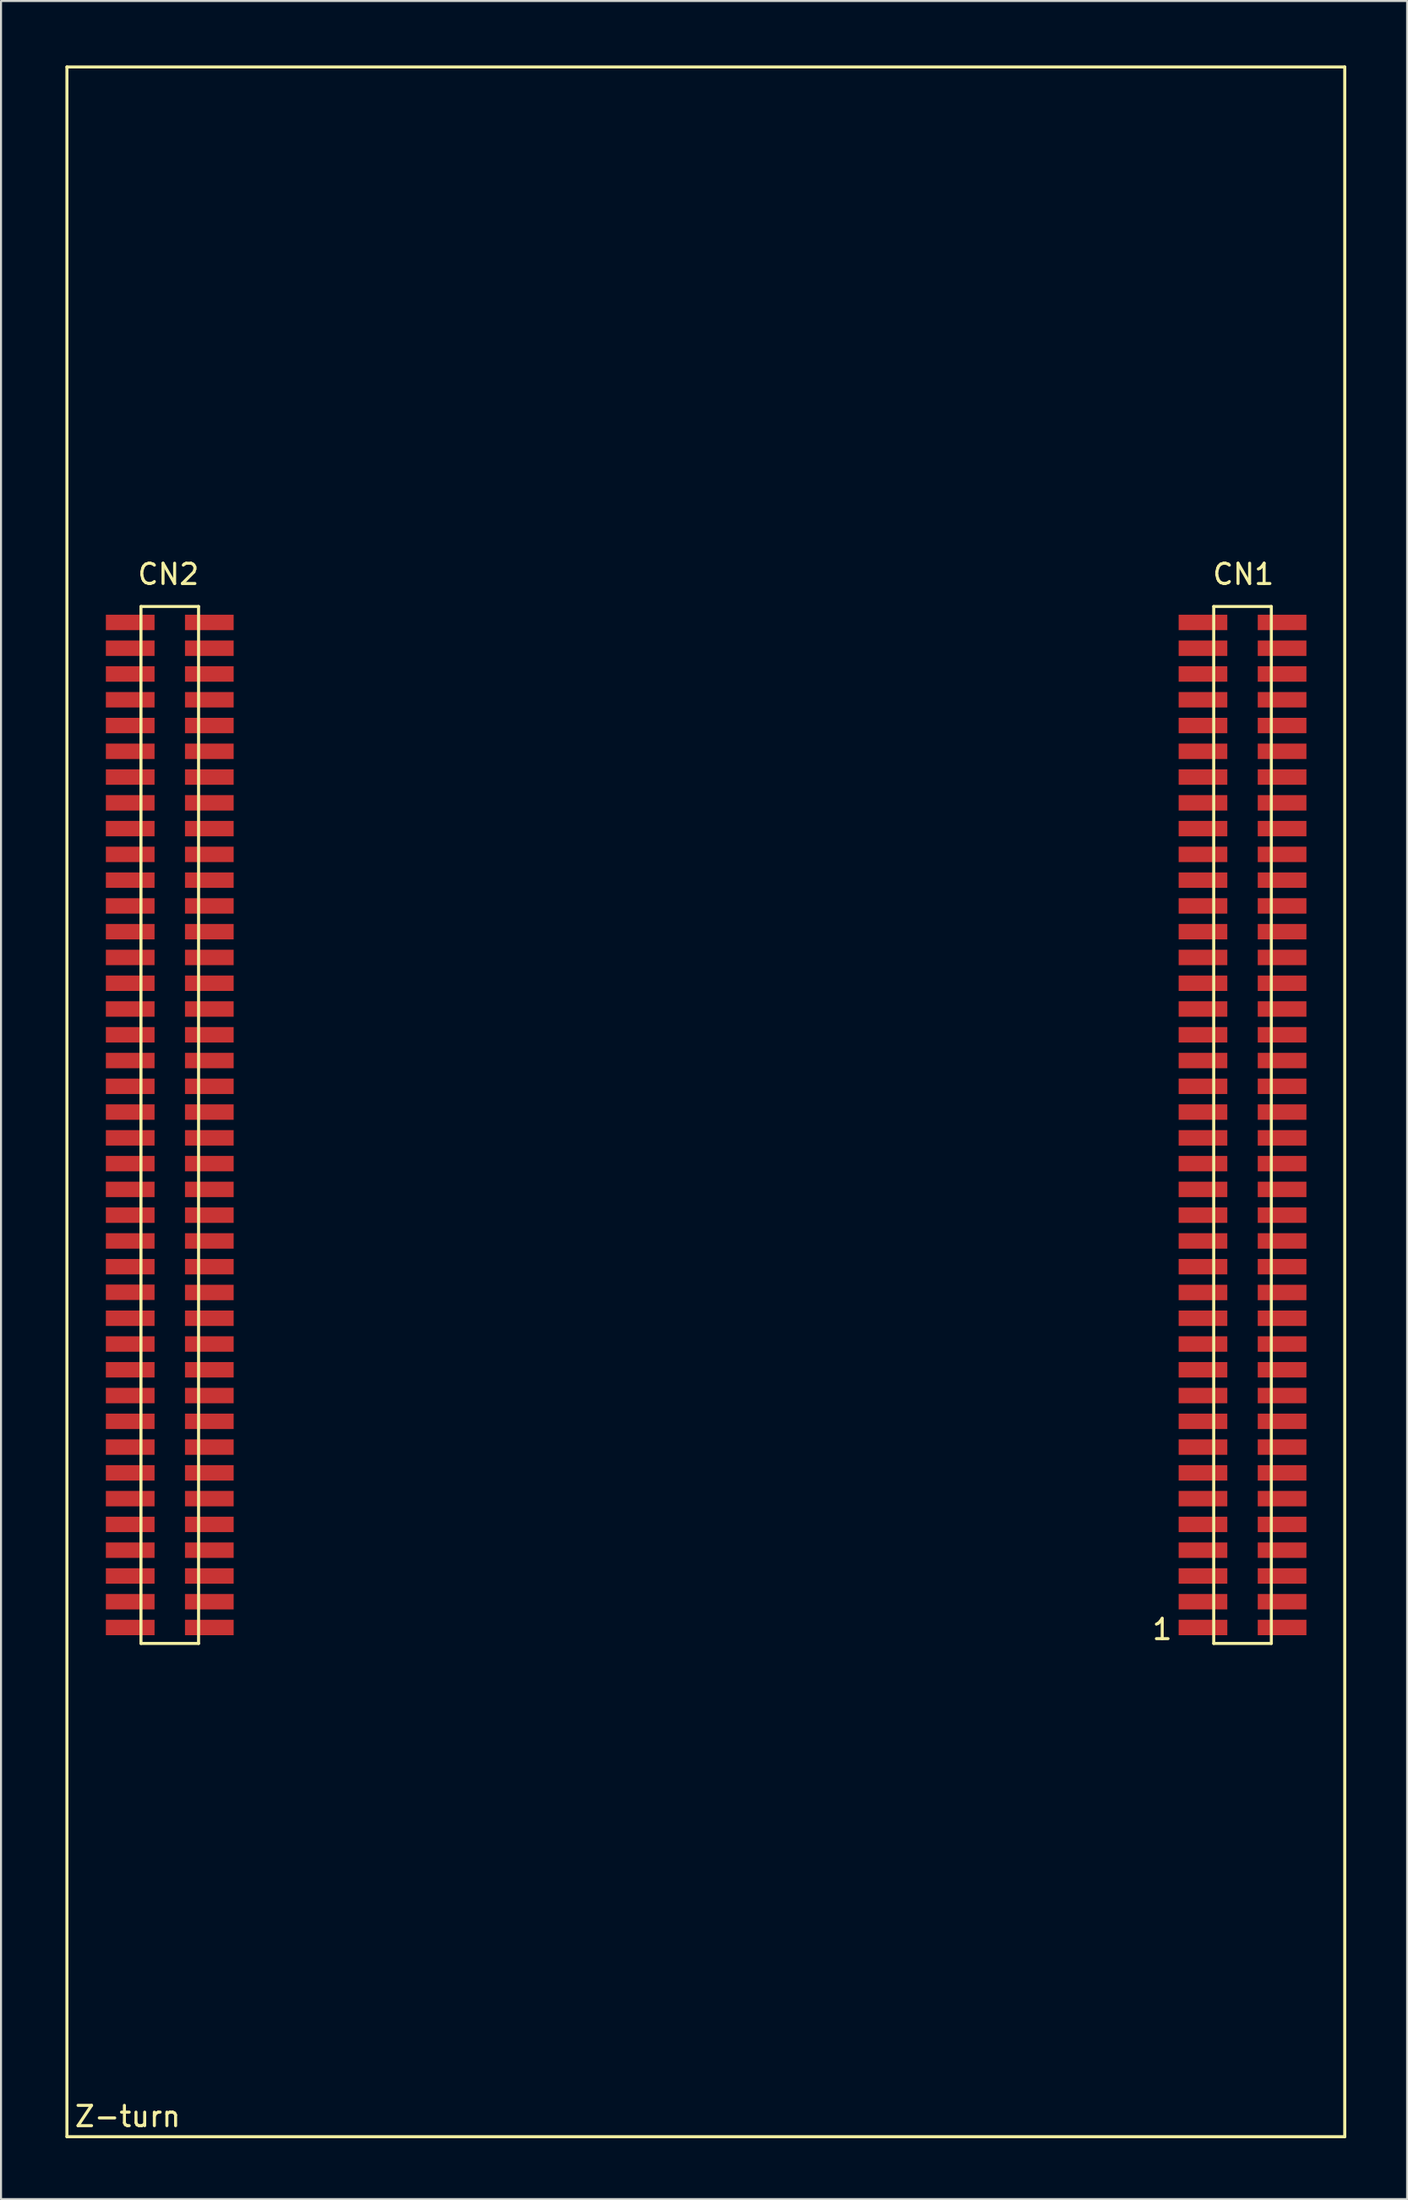
<source format=kicad_pcb>
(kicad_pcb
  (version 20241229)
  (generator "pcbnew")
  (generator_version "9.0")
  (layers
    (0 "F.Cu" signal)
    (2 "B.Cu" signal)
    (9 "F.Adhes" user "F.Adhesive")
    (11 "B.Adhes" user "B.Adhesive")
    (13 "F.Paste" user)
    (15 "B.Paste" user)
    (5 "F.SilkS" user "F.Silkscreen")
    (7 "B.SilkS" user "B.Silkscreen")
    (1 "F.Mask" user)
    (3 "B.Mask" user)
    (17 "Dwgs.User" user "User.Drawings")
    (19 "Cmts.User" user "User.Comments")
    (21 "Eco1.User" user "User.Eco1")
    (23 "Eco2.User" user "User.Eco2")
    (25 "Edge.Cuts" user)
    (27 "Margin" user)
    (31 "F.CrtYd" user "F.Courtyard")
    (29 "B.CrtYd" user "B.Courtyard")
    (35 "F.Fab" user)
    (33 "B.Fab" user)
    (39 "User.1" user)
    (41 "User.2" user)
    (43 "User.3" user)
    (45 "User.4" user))
  (footprint "Z-turn"
    (layer "F.Cu")
    (at 0.25 0.25)
    (property "Reference" "Z-turn" (at 3 101 0) (layer "F.SilkS") (effects (font (size 1 1) (thickness 0.15))))
    (attr through_hole)
    (fp_line (start 0 0) (end 63 0) (stroke (width 0.15) (type solid)) (layer "F.SilkS"))
    (fp_line (start 0 102) (end 0 0) (stroke (width 0.15) (type solid)) (layer "F.SilkS"))
    (fp_line (start 3.65 26.59) (end 3.65 77.69) (stroke (width 0.15) (type solid)) (layer "F.SilkS"))
    (fp_line (start 3.65 26.59) (end 6.49 26.59) (stroke (width 0.15) (type solid)) (layer "F.SilkS"))
    (fp_line (start 3.65 77.69) (end 6.49 77.69) (stroke (width 0.15) (type solid)) (layer "F.SilkS"))
    (fp_line (start 6.49 26.59) (end 6.49 77.69) (stroke (width 0.15) (type solid)) (layer "F.SilkS"))
    (fp_line (start 56.54 26.59) (end 56.54 77.69) (stroke (width 0.15) (type solid)) (layer "F.SilkS"))
    (fp_line (start 56.54 26.59) (end 59.38 26.59) (stroke (width 0.15) (type solid)) (layer "F.SilkS"))
    (fp_line (start 56.54 77.69) (end 59.38 77.69) (stroke (width 0.15) (type solid)) (layer "F.SilkS"))
    (fp_line (start 59.38 26.59) (end 59.38 77.69) (stroke (width 0.15) (type solid)) (layer "F.SilkS"))
    (fp_line (start 63 0) (end 63 102) (stroke (width 0.15) (type solid)) (layer "F.SilkS"))
    (fp_line (start 63 102) (end 0 102) (stroke (width 0.15) (type solid)) (layer "F.SilkS"))
    (fp_text user "1" (at 54 77 0) (layer "F.SilkS") (effects (font (size 1 1) (thickness 0.15))))
    (fp_text user "CN2" (at 5 25 0) (layer "F.SilkS") (effects (font (size 1 1) (thickness 0.15))))
    (fp_text user "CN1" (at 58 25 0) (layer "F.SilkS") (effects (font (size 1 1) (thickness 0.15))))
    (pad "1" smd rect (at 56.01 76.905) (size 2.4 0.76) (layers "F.Cu" "F.Mask" "F.Paste"))
    (pad "2" smd rect (at 59.91 76.905) (size 2.4 0.76) (layers "F.Cu" "F.Mask" "F.Paste"))
    (pad "3" smd rect (at 56.01 75.635) (size 2.4 0.76) (layers "F.Cu" "F.Mask" "F.Paste"))
    (pad "4" smd rect (at 59.91 75.635) (size 2.4 0.76) (layers "F.Cu" "F.Mask" "F.Paste"))
    (pad "5" smd rect (at 56.01 74.365) (size 2.4 0.76) (layers "F.Cu" "F.Mask" "F.Paste"))
    (pad "6" smd rect (at 59.91 74.365) (size 2.4 0.76) (layers "F.Cu" "F.Mask" "F.Paste"))
    (pad "7" smd rect (at 56.01 73.095) (size 2.4 0.76) (layers "F.Cu" "F.Mask" "F.Paste"))
    (pad "8" smd rect (at 59.91 73.095) (size 2.4 0.76) (layers "F.Cu" "F.Mask" "F.Paste"))
    (pad "9" smd rect (at 56.01 71.825) (size 2.4 0.76) (layers "F.Cu" "F.Mask" "F.Paste"))
    (pad "10" smd rect (at 59.91 71.825) (size 2.4 0.76) (layers "F.Cu" "F.Mask" "F.Paste"))
    (pad "11" smd rect (at 56.01 70.555) (size 2.4 0.76) (layers "F.Cu" "F.Mask" "F.Paste"))
    (pad "12" smd rect (at 59.91 70.555) (size 2.4 0.76) (layers "F.Cu" "F.Mask" "F.Paste"))
    (pad "13" smd rect (at 56.01 69.285) (size 2.4 0.76) (layers "F.Cu" "F.Mask" "F.Paste"))
    (pad "14" smd rect (at 59.91 69.285) (size 2.4 0.76) (layers "F.Cu" "F.Mask" "F.Paste"))
    (pad "15" smd rect (at 56.01 68.015) (size 2.4 0.76) (layers "F.Cu" "F.Mask" "F.Paste"))
    (pad "16" smd rect (at 59.91 68.015) (size 2.4 0.76) (layers "F.Cu" "F.Mask" "F.Paste"))
    (pad "17" smd rect (at 56.01 66.745) (size 2.4 0.76) (layers "F.Cu" "F.Mask" "F.Paste"))
    (pad "18" smd rect (at 59.91 66.745) (size 2.4 0.76) (layers "F.Cu" "F.Mask" "F.Paste"))
    (pad "19" smd rect (at 56.01 65.475) (size 2.4 0.76) (layers "F.Cu" "F.Mask" "F.Paste"))
    (pad "20" smd rect (at 59.91 65.475) (size 2.4 0.76) (layers "F.Cu" "F.Mask" "F.Paste"))
    (pad "21" smd rect (at 56.01 64.205) (size 2.4 0.76) (layers "F.Cu" "F.Mask" "F.Paste"))
    (pad "22" smd rect (at 59.91 64.205) (size 2.4 0.76) (layers "F.Cu" "F.Mask" "F.Paste"))
    (pad "23" smd rect (at 56.01 62.935) (size 2.4 0.76) (layers "F.Cu" "F.Mask" "F.Paste"))
    (pad "24" smd rect (at 59.91 62.935) (size 2.4 0.76) (layers "F.Cu" "F.Mask" "F.Paste"))
    (pad "25" smd rect (at 56.01 61.665) (size 2.4 0.76) (layers "F.Cu" "F.Mask" "F.Paste"))
    (pad "26" smd rect (at 59.91 61.665) (size 2.4 0.76) (layers "F.Cu" "F.Mask" "F.Paste"))
    (pad "27" smd rect (at 56.01 60.395) (size 2.4 0.76) (layers "F.Cu" "F.Mask" "F.Paste"))
    (pad "28" smd rect (at 59.91 60.395) (size 2.4 0.76) (layers "F.Cu" "F.Mask" "F.Paste"))
    (pad "29" smd rect (at 56.01 59.125) (size 2.4 0.76) (layers "F.Cu" "F.Mask" "F.Paste"))
    (pad "30" smd rect (at 59.91 59.125) (size 2.4 0.76) (layers "F.Cu" "F.Mask" "F.Paste"))
    (pad "31" smd rect (at 56.01 57.855) (size 2.4 0.76) (layers "F.Cu" "F.Mask" "F.Paste"))
    (pad "32" smd rect (at 59.91 57.855) (size 2.4 0.76) (layers "F.Cu" "F.Mask" "F.Paste"))
    (pad "33" smd rect (at 56.01 56.585) (size 2.4 0.76) (layers "F.Cu" "F.Mask" "F.Paste"))
    (pad "34" smd rect (at 59.91 56.585) (size 2.4 0.76) (layers "F.Cu" "F.Mask" "F.Paste"))
    (pad "35" smd rect (at 56.01 55.315) (size 2.4 0.76) (layers "F.Cu" "F.Mask" "F.Paste"))
    (pad "36" smd rect (at 59.91 55.315) (size 2.4 0.76) (layers "F.Cu" "F.Mask" "F.Paste"))
    (pad "37" smd rect (at 56.01 54.045) (size 2.4 0.76) (layers "F.Cu" "F.Mask" "F.Paste"))
    (pad "38" smd rect (at 59.91 54.045) (size 2.4 0.76) (layers "F.Cu" "F.Mask" "F.Paste"))
    (pad "39" smd rect (at 56.01 52.775) (size 2.4 0.76) (layers "F.Cu" "F.Mask" "F.Paste"))
    (pad "40" smd rect (at 59.91 52.775) (size 2.4 0.76) (layers "F.Cu" "F.Mask" "F.Paste"))
    (pad "41" smd rect (at 56.01 51.505) (size 2.4 0.76) (layers "F.Cu" "F.Mask" "F.Paste"))
    (pad "42" smd rect (at 59.91 51.505) (size 2.4 0.76) (layers "F.Cu" "F.Mask" "F.Paste"))
    (pad "43" smd rect (at 56.01 50.235) (size 2.4 0.76) (layers "F.Cu" "F.Mask" "F.Paste"))
    (pad "44" smd rect (at 59.91 50.235) (size 2.4 0.76) (layers "F.Cu" "F.Mask" "F.Paste"))
    (pad "45" smd rect (at 56.01 48.965) (size 2.4 0.76) (layers "F.Cu" "F.Mask" "F.Paste"))
    (pad "46" smd rect (at 59.91 48.965) (size 2.4 0.76) (layers "F.Cu" "F.Mask" "F.Paste"))
    (pad "47" smd rect (at 56.01 47.695) (size 2.4 0.76) (layers "F.Cu" "F.Mask" "F.Paste"))
    (pad "48" smd rect (at 59.91 47.695) (size 2.4 0.76) (layers "F.Cu" "F.Mask" "F.Paste"))
    (pad "49" smd rect (at 56.01 46.425) (size 2.4 0.76) (layers "F.Cu" "F.Mask" "F.Paste"))
    (pad "50" smd rect (at 59.91 46.425) (size 2.4 0.76) (layers "F.Cu" "F.Mask" "F.Paste"))
    (pad "51" smd rect (at 56.01 45.155) (size 2.4 0.76) (layers "F.Cu" "F.Mask" "F.Paste"))
    (pad "52" smd rect (at 59.91 45.155) (size 2.4 0.76) (layers "F.Cu" "F.Mask" "F.Paste"))
    (pad "53" smd rect (at 56.01 43.885) (size 2.4 0.76) (layers "F.Cu" "F.Mask" "F.Paste"))
    (pad "54" smd rect (at 59.91 43.885) (size 2.4 0.76) (layers "F.Cu" "F.Mask" "F.Paste"))
    (pad "55" smd rect (at 56.01 42.615) (size 2.4 0.76) (layers "F.Cu" "F.Mask" "F.Paste"))
    (pad "56" smd rect (at 59.91 42.615) (size 2.4 0.76) (layers "F.Cu" "F.Mask" "F.Paste"))
    (pad "57" smd rect (at 56.01 41.345) (size 2.4 0.76) (layers "F.Cu" "F.Mask" "F.Paste"))
    (pad "58" smd rect (at 59.91 41.345) (size 2.4 0.76) (layers "F.Cu" "F.Mask" "F.Paste"))
    (pad "59" smd rect (at 56.01 40.075) (size 2.4 0.76) (layers "F.Cu" "F.Mask" "F.Paste"))
    (pad "60" smd rect (at 59.91 40.075) (size 2.4 0.76) (layers "F.Cu" "F.Mask" "F.Paste"))
    (pad "61" smd rect (at 56.01 38.805) (size 2.4 0.76) (layers "F.Cu" "F.Mask" "F.Paste"))
    (pad "62" smd rect (at 59.91 38.805) (size 2.4 0.76) (layers "F.Cu" "F.Mask" "F.Paste"))
    (pad "63" smd rect (at 56.01 37.535) (size 2.4 0.76) (layers "F.Cu" "F.Mask" "F.Paste"))
    (pad "64" smd rect (at 59.91 37.535) (size 2.4 0.76) (layers "F.Cu" "F.Mask" "F.Paste"))
    (pad "65" smd rect (at 56.01 36.265) (size 2.4 0.76) (layers "F.Cu" "F.Mask" "F.Paste"))
    (pad "66" smd rect (at 59.91 36.265) (size 2.4 0.76) (layers "F.Cu" "F.Mask" "F.Paste"))
    (pad "67" smd rect (at 56.01 34.995) (size 2.4 0.76) (layers "F.Cu" "F.Mask" "F.Paste"))
    (pad "68" smd rect (at 59.91 34.995) (size 2.4 0.76) (layers "F.Cu" "F.Mask" "F.Paste"))
    (pad "69" smd rect (at 56.01 33.725) (size 2.4 0.76) (layers "F.Cu" "F.Mask" "F.Paste"))
    (pad "70" smd rect (at 59.91 33.725) (size 2.4 0.76) (layers "F.Cu" "F.Mask" "F.Paste"))
    (pad "71" smd rect (at 56.01 32.455) (size 2.4 0.76) (layers "F.Cu" "F.Mask" "F.Paste"))
    (pad "72" smd rect (at 59.91 32.455) (size 2.4 0.76) (layers "F.Cu" "F.Mask" "F.Paste"))
    (pad "73" smd rect (at 56.01 31.185) (size 2.4 0.76) (layers "F.Cu" "F.Mask" "F.Paste"))
    (pad "74" smd rect (at 59.91 31.185) (size 2.4 0.76) (layers "F.Cu" "F.Mask" "F.Paste"))
    (pad "75" smd rect (at 56.01 29.915) (size 2.4 0.76) (layers "F.Cu" "F.Mask" "F.Paste"))
    (pad "76" smd rect (at 59.91 29.915) (size 2.4 0.76) (layers "F.Cu" "F.Mask" "F.Paste"))
    (pad "77" smd rect (at 56.01 28.645) (size 2.4 0.76) (layers "F.Cu" "F.Mask" "F.Paste"))
    (pad "78" smd rect (at 59.91 28.645) (size 2.4 0.76) (layers "F.Cu" "F.Mask" "F.Paste"))
    (pad "79" smd rect (at 56.01 27.375) (size 2.4 0.76) (layers "F.Cu" "F.Mask" "F.Paste"))
    (pad "80" smd rect (at 59.91 27.375) (size 2.4 0.76) (layers "F.Cu" "F.Mask" "F.Paste"))
    (pad "81" smd rect (at 3.12 76.905) (size 2.4 0.76) (layers "F.Cu" "F.Mask" "F.Paste"))
    (pad "82" smd rect (at 7.02 76.905) (size 2.4 0.76) (layers "F.Cu" "F.Mask" "F.Paste"))
    (pad "83" smd rect (at 3.12 75.635) (size 2.4 0.76) (layers "F.Cu" "F.Mask" "F.Paste"))
    (pad "84" smd rect (at 7.02 75.635) (size 2.4 0.76) (layers "F.Cu" "F.Mask" "F.Paste"))
    (pad "85" smd rect (at 3.12 74.365) (size 2.4 0.76) (layers "F.Cu" "F.Mask" "F.Paste"))
    (pad "86" smd rect (at 7.02 74.365) (size 2.4 0.76) (layers "F.Cu" "F.Mask" "F.Paste"))
    (pad "87" smd rect (at 3.12 73.095) (size 2.4 0.76) (layers "F.Cu" "F.Mask" "F.Paste"))
    (pad "88" smd rect (at 7.02 73.095) (size 2.4 0.76) (layers "F.Cu" "F.Mask" "F.Paste"))
    (pad "89" smd rect (at 3.12 71.825) (size 2.4 0.76) (layers "F.Cu" "F.Mask" "F.Paste"))
    (pad "90" smd rect (at 7.02 71.825) (size 2.4 0.76) (layers "F.Cu" "F.Mask" "F.Paste"))
    (pad "91" smd rect (at 3.12 70.555) (size 2.4 0.76) (layers "F.Cu" "F.Mask" "F.Paste"))
    (pad "92" smd rect (at 7.02 70.555) (size 2.4 0.76) (layers "F.Cu" "F.Mask" "F.Paste"))
    (pad "93" smd rect (at 3.12 69.285) (size 2.4 0.76) (layers "F.Cu" "F.Mask" "F.Paste"))
    (pad "94" smd rect (at 7.02 69.285) (size 2.4 0.76) (layers "F.Cu" "F.Mask" "F.Paste"))
    (pad "95" smd rect (at 3.12 68.015) (size 2.4 0.76) (layers "F.Cu" "F.Mask" "F.Paste"))
    (pad "96" smd rect (at 7.02 68.015) (size 2.4 0.76) (layers "F.Cu" "F.Mask" "F.Paste"))
    (pad "97" smd rect (at 3.12 66.745) (size 2.4 0.76) (layers "F.Cu" "F.Mask" "F.Paste"))
    (pad "98" smd rect (at 7.02 66.745) (size 2.4 0.76) (layers "F.Cu" "F.Mask" "F.Paste"))
    (pad "99" smd rect (at 3.12 65.475) (size 2.4 0.76) (layers "F.Cu" "F.Mask" "F.Paste"))
    (pad "100" smd rect (at 7.02 65.475) (size 2.4 0.76) (layers "F.Cu" "F.Mask" "F.Paste"))
    (pad "101" smd rect (at 3.12 64.205) (size 2.4 0.76) (layers "F.Cu" "F.Mask" "F.Paste"))
    (pad "102" smd rect (at 7.02 64.205) (size 2.4 0.76) (layers "F.Cu" "F.Mask" "F.Paste"))
    (pad "103" smd rect (at 3.12 62.935) (size 2.4 0.76) (layers "F.Cu" "F.Mask" "F.Paste"))
    (pad "104" smd rect (at 7.02 62.935) (size 2.4 0.76) (layers "F.Cu" "F.Mask" "F.Paste"))
    (pad "105" smd rect (at 3.12 61.665) (size 2.4 0.76) (layers "F.Cu" "F.Mask" "F.Paste"))
    (pad "106" smd rect (at 7.02 61.665) (size 2.4 0.76) (layers "F.Cu" "F.Mask" "F.Paste"))
    (pad "107" smd rect (at 3.12 60.385) (size 2.4 0.76) (layers "F.Cu" "F.Mask" "F.Paste"))
    (pad "108" smd rect (at 7.02 60.395) (size 2.4 0.76) (layers "F.Cu" "F.Mask" "F.Paste"))
    (pad "109" smd rect (at 3.12 59.125) (size 2.4 0.76) (layers "F.Cu" "F.Mask" "F.Paste"))
    (pad "110" smd rect (at 7.02 59.125) (size 2.4 0.76) (layers "F.Cu" "F.Mask" "F.Paste"))
    (pad "111" smd rect (at 3.12 57.855) (size 2.4 0.76) (layers "F.Cu" "F.Mask" "F.Paste"))
    (pad "112" smd rect (at 7.02 57.855) (size 2.4 0.76) (layers "F.Cu" "F.Mask" "F.Paste"))
    (pad "113" smd rect (at 3.12 56.585) (size 2.4 0.76) (layers "F.Cu" "F.Mask" "F.Paste"))
    (pad "114" smd rect (at 7.02 56.585) (size 2.4 0.76) (layers "F.Cu" "F.Mask" "F.Paste"))
    (pad "115" smd rect (at 3.12 55.315) (size 2.4 0.76) (layers "F.Cu" "F.Mask" "F.Paste"))
    (pad "116" smd rect (at 7.02 55.315) (size 2.4 0.76) (layers "F.Cu" "F.Mask" "F.Paste"))
    (pad "117" smd rect (at 3.12 54.045) (size 2.4 0.76) (layers "F.Cu" "F.Mask" "F.Paste"))
    (pad "118" smd rect (at 7.02 54.045) (size 2.4 0.76) (layers "F.Cu" "F.Mask" "F.Paste"))
    (pad "119" smd rect (at 3.12 52.775) (size 2.4 0.76) (layers "F.Cu" "F.Mask" "F.Paste"))
    (pad "120" smd rect (at 7.02 52.775) (size 2.4 0.76) (layers "F.Cu" "F.Mask" "F.Paste"))
    (pad "121" smd rect (at 3.12 51.505) (size 2.4 0.76) (layers "F.Cu" "F.Mask" "F.Paste"))
    (pad "122" smd rect (at 7.02 51.505) (size 2.4 0.76) (layers "F.Cu" "F.Mask" "F.Paste"))
    (pad "123" smd rect (at 3.12 50.235) (size 2.4 0.76) (layers "F.Cu" "F.Mask" "F.Paste"))
    (pad "124" smd rect (at 7.02 50.235) (size 2.4 0.76) (layers "F.Cu" "F.Mask" "F.Paste"))
    (pad "125" smd rect (at 3.12 48.965) (size 2.4 0.76) (layers "F.Cu" "F.Mask" "F.Paste"))
    (pad "126" smd rect (at 7.02 48.965) (size 2.4 0.76) (layers "F.Cu" "F.Mask" "F.Paste"))
    (pad "127" smd rect (at 3.12 47.695) (size 2.4 0.76) (layers "F.Cu" "F.Mask" "F.Paste"))
    (pad "128" smd rect (at 7.02 47.695) (size 2.4 0.76) (layers "F.Cu" "F.Mask" "F.Paste"))
    (pad "129" smd rect (at 3.12 46.425) (size 2.4 0.76) (layers "F.Cu" "F.Mask" "F.Paste"))
    (pad "130" smd rect (at 7.02 46.425) (size 2.4 0.76) (layers "F.Cu" "F.Mask" "F.Paste"))
    (pad "131" smd rect (at 3.12 45.155) (size 2.4 0.76) (layers "F.Cu" "F.Mask" "F.Paste"))
    (pad "132" smd rect (at 7.02 45.155) (size 2.4 0.76) (layers "F.Cu" "F.Mask" "F.Paste"))
    (pad "133" smd rect (at 3.12 43.885) (size 2.4 0.76) (layers "F.Cu" "F.Mask" "F.Paste"))
    (pad "134" smd rect (at 7.02 43.885) (size 2.4 0.76) (layers "F.Cu" "F.Mask" "F.Paste"))
    (pad "135" smd rect (at 3.12 42.615) (size 2.4 0.76) (layers "F.Cu" "F.Mask" "F.Paste"))
    (pad "136" smd rect (at 7.02 42.615) (size 2.4 0.76) (layers "F.Cu" "F.Mask" "F.Paste"))
    (pad "137" smd rect (at 3.12 41.345) (size 2.4 0.76) (layers "F.Cu" "F.Mask" "F.Paste"))
    (pad "138" smd rect (at 7.02 41.345) (size 2.4 0.76) (layers "F.Cu" "F.Mask" "F.Paste"))
    (pad "139" smd rect (at 3.12 40.075) (size 2.4 0.76) (layers "F.Cu" "F.Mask" "F.Paste"))
    (pad "140" smd rect (at 7.02 40.075) (size 2.4 0.76) (layers "F.Cu" "F.Mask" "F.Paste"))
    (pad "141" smd rect (at 3.12 38.805) (size 2.4 0.76) (layers "F.Cu" "F.Mask" "F.Paste"))
    (pad "142" smd rect (at 7.02 38.805) (size 2.4 0.76) (layers "F.Cu" "F.Mask" "F.Paste"))
    (pad "143" smd rect (at 3.12 37.535) (size 2.4 0.76) (layers "F.Cu" "F.Mask" "F.Paste"))
    (pad "144" smd rect (at 7.02 37.535) (size 2.4 0.76) (layers "F.Cu" "F.Mask" "F.Paste"))
    (pad "145" smd rect (at 3.12 36.265) (size 2.4 0.76) (layers "F.Cu" "F.Mask" "F.Paste"))
    (pad "146" smd rect (at 7.02 36.265) (size 2.4 0.76) (layers "F.Cu" "F.Mask" "F.Paste"))
    (pad "147" smd rect (at 3.12 34.995) (size 2.4 0.76) (layers "F.Cu" "F.Mask" "F.Paste"))
    (pad "148" smd rect (at 7.02 34.995) (size 2.4 0.76) (layers "F.Cu" "F.Mask" "F.Paste"))
    (pad "149" smd rect (at 3.12 33.725) (size 2.4 0.76) (layers "F.Cu" "F.Mask" "F.Paste"))
    (pad "150" smd rect (at 7.02 33.725) (size 2.4 0.76) (layers "F.Cu" "F.Mask" "F.Paste"))
    (pad "151" smd rect (at 3.12 32.455) (size 2.4 0.76) (layers "F.Cu" "F.Mask" "F.Paste"))
    (pad "152" smd rect (at 7.02 32.455) (size 2.4 0.76) (layers "F.Cu" "F.Mask" "F.Paste"))
    (pad "153" smd rect (at 3.12 31.185) (size 2.4 0.76) (layers "F.Cu" "F.Mask" "F.Paste"))
    (pad "154" smd rect (at 7.02 31.185) (size 2.4 0.76) (layers "F.Cu" "F.Mask" "F.Paste"))
    (pad "155" smd rect (at 3.12 29.915) (size 2.4 0.76) (layers "F.Cu" "F.Mask" "F.Paste"))
    (pad "156" smd rect (at 7.02 29.915) (size 2.4 0.76) (layers "F.Cu" "F.Mask" "F.Paste"))
    (pad "157" smd rect (at 3.12 28.645) (size 2.4 0.76) (layers "F.Cu" "F.Mask" "F.Paste"))
    (pad "158" smd rect (at 7.02 28.645) (size 2.4 0.76) (layers "F.Cu" "F.Mask" "F.Paste"))
    (pad "159" smd rect (at 3.12 27.375) (size 2.4 0.76) (layers "F.Cu" "F.Mask" "F.Paste"))
    (pad "160" smd rect (at 7.02 27.375) (size 2.4 0.76) (layers "F.Cu" "F.Mask" "F.Paste")))
  (gr_rect
    (start -3 -3)
    (end 66.325 105.325)
    (stroke (width 0.1) (type default))
    (fill no)
    (layer "Edge.Cuts")))
</source>
